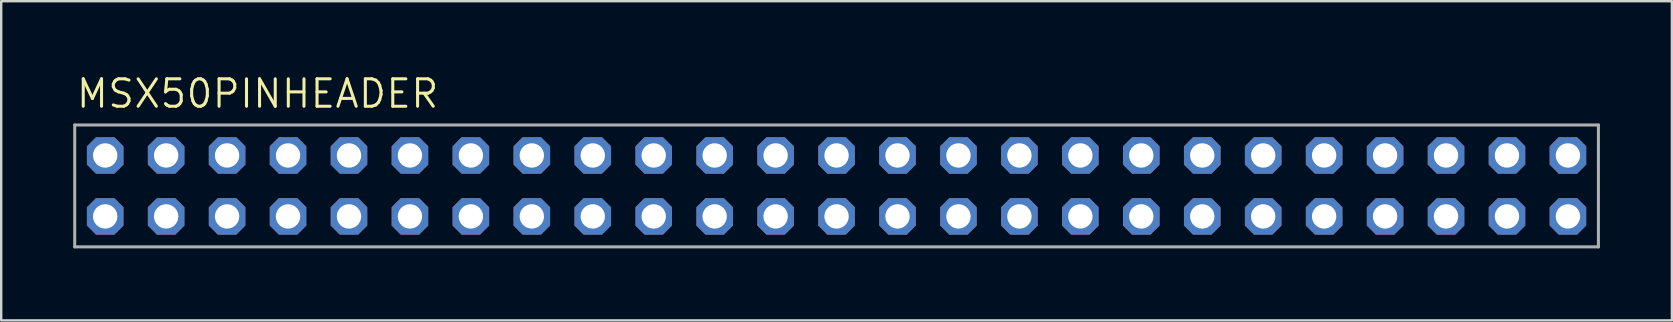
<source format=kicad_pcb>
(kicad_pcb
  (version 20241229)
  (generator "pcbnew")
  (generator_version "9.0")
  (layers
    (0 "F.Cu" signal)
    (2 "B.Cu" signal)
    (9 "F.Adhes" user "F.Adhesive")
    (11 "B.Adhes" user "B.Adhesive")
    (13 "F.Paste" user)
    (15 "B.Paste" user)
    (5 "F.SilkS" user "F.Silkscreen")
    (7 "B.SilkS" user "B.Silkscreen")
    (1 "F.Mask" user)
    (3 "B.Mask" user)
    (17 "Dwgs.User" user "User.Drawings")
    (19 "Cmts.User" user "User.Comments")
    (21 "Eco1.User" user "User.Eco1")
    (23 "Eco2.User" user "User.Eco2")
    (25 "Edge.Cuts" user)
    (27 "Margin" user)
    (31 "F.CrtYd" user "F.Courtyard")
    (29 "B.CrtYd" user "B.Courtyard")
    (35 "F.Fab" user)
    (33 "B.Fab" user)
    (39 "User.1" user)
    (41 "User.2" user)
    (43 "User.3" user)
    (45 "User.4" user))
  (footprint "MSX50PINHEADER"
    (layer "F.Cu")
    (at 36.894 4.699)
    (property "Reference" "MSX50PINHEADER" (at -36.83 -3.175 0) (layer "F.SilkS") (effects (font (size 1.143 1.143) (thickness 0.127)) (justify left bottom)))
    (fp_line (start -36.83 -2.54) (end -36.83 2.54) (stroke (width 0.127) (type solid)) (layer "F.Fab"))
    (fp_line (start -36.83 2.54) (end 26.67 2.54) (stroke (width 0.127) (type solid)) (layer "F.Fab"))
    (fp_line (start 26.67 -2.54) (end -36.83 -2.54) (stroke (width 0.127) (type solid)) (layer "F.Fab"))
    (fp_line (start 26.67 2.54) (end 26.67 -2.54) (stroke (width 0.127) (type solid)) (layer "F.Fab"))
    (pad "P1" thru_hole roundrect (at 25.4 -1.27) (size 1.524 1.524) (drill 1.016) (layers "*.Cu" "*.Mask") (roundrect_rratio 0.25) (chamfer_ratio 0.25) (chamfer top_left top_right bottom_left bottom_right))
    (pad "P2" thru_hole roundrect (at 25.4 1.27) (size 1.524 1.524) (drill 1.016) (layers "*.Cu" "*.Mask") (roundrect_rratio 0.25) (chamfer_ratio 0.25) (chamfer top_left top_right bottom_left bottom_right))
    (pad "P3" thru_hole roundrect (at 22.86 -1.27) (size 1.524 1.524) (drill 1.016) (layers "*.Cu" "*.Mask") (roundrect_rratio 0.25) (chamfer_ratio 0.25) (chamfer top_left top_right bottom_left bottom_right))
    (pad "P4" thru_hole roundrect (at 22.86 1.27) (size 1.524 1.524) (drill 1.016) (layers "*.Cu" "*.Mask") (roundrect_rratio 0.25) (chamfer_ratio 0.25) (chamfer top_left top_right bottom_left bottom_right))
    (pad "P5" thru_hole roundrect (at 20.32 -1.27) (size 1.524 1.524) (drill 1.016) (layers "*.Cu" "*.Mask") (roundrect_rratio 0.25) (chamfer_ratio 0.25) (chamfer top_left top_right bottom_left bottom_right))
    (pad "P6" thru_hole roundrect (at 20.32 1.27) (size 1.524 1.524) (drill 1.016) (layers "*.Cu" "*.Mask") (roundrect_rratio 0.25) (chamfer_ratio 0.25) (chamfer top_left top_right bottom_left bottom_right))
    (pad "P7" thru_hole roundrect (at 17.78 -1.27) (size 1.524 1.524) (drill 1.016) (layers "*.Cu" "*.Mask") (roundrect_rratio 0.25) (chamfer_ratio 0.25) (chamfer top_left top_right bottom_left bottom_right))
    (pad "P8" thru_hole roundrect (at 17.78 1.27) (size 1.524 1.524) (drill 1.016) (layers "*.Cu" "*.Mask") (roundrect_rratio 0.25) (chamfer_ratio 0.25) (chamfer top_left top_right bottom_left bottom_right))
    (pad "P9" thru_hole roundrect (at 15.24 -1.27) (size 1.524 1.524) (drill 1.016) (layers "*.Cu" "*.Mask") (roundrect_rratio 0.25) (chamfer_ratio 0.25) (chamfer top_left top_right bottom_left bottom_right))
    (pad "P10" thru_hole roundrect (at 15.24 1.27) (size 1.524 1.524) (drill 1.016) (layers "*.Cu" "*.Mask") (roundrect_rratio 0.25) (chamfer_ratio 0.25) (chamfer top_left top_right bottom_left bottom_right))
    (pad "P11" thru_hole roundrect (at 12.7 -1.27) (size 1.524 1.524) (drill 1.016) (layers "*.Cu" "*.Mask") (roundrect_rratio 0.25) (chamfer_ratio 0.25) (chamfer top_left top_right bottom_left bottom_right))
    (pad "P12" thru_hole roundrect (at 12.7 1.27) (size 1.524 1.524) (drill 1.016) (layers "*.Cu" "*.Mask") (roundrect_rratio 0.25) (chamfer_ratio 0.25) (chamfer top_left top_right bottom_left bottom_right))
    (pad "P13" thru_hole roundrect (at 10.16 -1.27) (size 1.524 1.524) (drill 1.016) (layers "*.Cu" "*.Mask") (roundrect_rratio 0.25) (chamfer_ratio 0.25) (chamfer top_left top_right bottom_left bottom_right))
    (pad "P14" thru_hole roundrect (at 10.16 1.27) (size 1.524 1.524) (drill 1.016) (layers "*.Cu" "*.Mask") (roundrect_rratio 0.25) (chamfer_ratio 0.25) (chamfer top_left top_right bottom_left bottom_right))
    (pad "P15" thru_hole roundrect (at 7.62 -1.27) (size 1.524 1.524) (drill 1.016) (layers "*.Cu" "*.Mask") (roundrect_rratio 0.25) (chamfer_ratio 0.25) (chamfer top_left top_right bottom_left bottom_right))
    (pad "P16" thru_hole roundrect (at 7.62 1.27) (size 1.524 1.524) (drill 1.016) (layers "*.Cu" "*.Mask") (roundrect_rratio 0.25) (chamfer_ratio 0.25) (chamfer top_left top_right bottom_left bottom_right))
    (pad "P17" thru_hole roundrect (at 5.08 -1.27) (size 1.524 1.524) (drill 1.016) (layers "*.Cu" "*.Mask") (roundrect_rratio 0.25) (chamfer_ratio 0.25) (chamfer top_left top_right bottom_left bottom_right))
    (pad "P18" thru_hole roundrect (at 5.08 1.27) (size 1.524 1.524) (drill 1.016) (layers "*.Cu" "*.Mask") (roundrect_rratio 0.25) (chamfer_ratio 0.25) (chamfer top_left top_right bottom_left bottom_right))
    (pad "P19" thru_hole roundrect (at 2.54 -1.27) (size 1.524 1.524) (drill 1.016) (layers "*.Cu" "*.Mask") (roundrect_rratio 0.25) (chamfer_ratio 0.25) (chamfer top_left top_right bottom_left bottom_right))
    (pad "P20" thru_hole roundrect (at 2.54 1.27) (size 1.524 1.524) (drill 1.016) (layers "*.Cu" "*.Mask") (roundrect_rratio 0.25) (chamfer_ratio 0.25) (chamfer top_left top_right bottom_left bottom_right))
    (pad "P21" thru_hole roundrect (at 0 -1.27) (size 1.524 1.524) (drill 1.016) (layers "*.Cu" "*.Mask") (roundrect_rratio 0.25) (chamfer_ratio 0.25) (chamfer top_left top_right bottom_left bottom_right))
    (pad "P22" thru_hole roundrect (at 0 1.27) (size 1.524 1.524) (drill 1.016) (layers "*.Cu" "*.Mask") (roundrect_rratio 0.25) (chamfer_ratio 0.25) (chamfer top_left top_right bottom_left bottom_right))
    (pad "P23" thru_hole roundrect (at -2.54 -1.27) (size 1.524 1.524) (drill 1.016) (layers "*.Cu" "*.Mask") (roundrect_rratio 0.25) (chamfer_ratio 0.25) (chamfer top_left top_right bottom_left bottom_right))
    (pad "P24" thru_hole roundrect (at -2.54 1.27) (size 1.524 1.524) (drill 1.016) (layers "*.Cu" "*.Mask") (roundrect_rratio 0.25) (chamfer_ratio 0.25) (chamfer top_left top_right bottom_left bottom_right))
    (pad "P25" thru_hole roundrect (at -5.08 -1.27) (size 1.524 1.524) (drill 1.016) (layers "*.Cu" "*.Mask") (roundrect_rratio 0.25) (chamfer_ratio 0.25) (chamfer top_left top_right bottom_left bottom_right))
    (pad "P26" thru_hole roundrect (at -5.08 1.27) (size 1.524 1.524) (drill 1.016) (layers "*.Cu" "*.Mask") (roundrect_rratio 0.25) (chamfer_ratio 0.25) (chamfer top_left top_right bottom_left bottom_right))
    (pad "P27" thru_hole roundrect (at -7.62 -1.27) (size 1.524 1.524) (drill 1.016) (layers "*.Cu" "*.Mask") (roundrect_rratio 0.25) (chamfer_ratio 0.25) (chamfer top_left top_right bottom_left bottom_right))
    (pad "P28" thru_hole roundrect (at -7.62 1.27) (size 1.524 1.524) (drill 1.016) (layers "*.Cu" "*.Mask") (roundrect_rratio 0.25) (chamfer_ratio 0.25) (chamfer top_left top_right bottom_left bottom_right))
    (pad "P29" thru_hole roundrect (at -10.16 -1.27) (size 1.524 1.524) (drill 1.016) (layers "*.Cu" "*.Mask") (roundrect_rratio 0.25) (chamfer_ratio 0.25) (chamfer top_left top_right bottom_left bottom_right))
    (pad "P30" thru_hole roundrect (at -10.16 1.27) (size 1.524 1.524) (drill 1.016) (layers "*.Cu" "*.Mask") (roundrect_rratio 0.25) (chamfer_ratio 0.25) (chamfer top_left top_right bottom_left bottom_right))
    (pad "P31" thru_hole roundrect (at -12.7 -1.27) (size 1.524 1.524) (drill 1.016) (layers "*.Cu" "*.Mask") (roundrect_rratio 0.25) (chamfer_ratio 0.25) (chamfer top_left top_right bottom_left bottom_right))
    (pad "P32" thru_hole roundrect (at -12.7 1.27) (size 1.524 1.524) (drill 1.016) (layers "*.Cu" "*.Mask") (roundrect_rratio 0.25) (chamfer_ratio 0.25) (chamfer top_left top_right bottom_left bottom_right))
    (pad "P33" thru_hole roundrect (at -15.24 -1.27) (size 1.524 1.524) (drill 1.016) (layers "*.Cu" "*.Mask") (roundrect_rratio 0.25) (chamfer_ratio 0.25) (chamfer top_left top_right bottom_left bottom_right))
    (pad "P34" thru_hole roundrect (at -15.24 1.27) (size 1.524 1.524) (drill 1.016) (layers "*.Cu" "*.Mask") (roundrect_rratio 0.25) (chamfer_ratio 0.25) (chamfer top_left top_right bottom_left bottom_right))
    (pad "P35" thru_hole roundrect (at -17.78 -1.27) (size 1.524 1.524) (drill 1.016) (layers "*.Cu" "*.Mask") (roundrect_rratio 0.25) (chamfer_ratio 0.25) (chamfer top_left top_right bottom_left bottom_right))
    (pad "P36" thru_hole roundrect (at -17.78 1.27) (size 1.524 1.524) (drill 1.016) (layers "*.Cu" "*.Mask") (roundrect_rratio 0.25) (chamfer_ratio 0.25) (chamfer top_left top_right bottom_left bottom_right))
    (pad "P37" thru_hole roundrect (at -20.32 -1.27) (size 1.524 1.524) (drill 1.016) (layers "*.Cu" "*.Mask") (roundrect_rratio 0.25) (chamfer_ratio 0.25) (chamfer top_left top_right bottom_left bottom_right))
    (pad "P38" thru_hole roundrect (at -20.32 1.27) (size 1.524 1.524) (drill 1.016) (layers "*.Cu" "*.Mask") (roundrect_rratio 0.25) (chamfer_ratio 0.25) (chamfer top_left top_right bottom_left bottom_right))
    (pad "P39" thru_hole roundrect (at -22.86 -1.27) (size 1.524 1.524) (drill 1.016) (layers "*.Cu" "*.Mask") (roundrect_rratio 0.25) (chamfer_ratio 0.25) (chamfer top_left top_right bottom_left bottom_right))
    (pad "P40" thru_hole roundrect (at -22.86 1.27) (size 1.524 1.524) (drill 1.016) (layers "*.Cu" "*.Mask") (roundrect_rratio 0.25) (chamfer_ratio 0.25) (chamfer top_left top_right bottom_left bottom_right))
    (pad "P41" thru_hole roundrect (at -25.4 -1.27) (size 1.524 1.524) (drill 1.016) (layers "*.Cu" "*.Mask") (roundrect_rratio 0.25) (chamfer_ratio 0.25) (chamfer top_left top_right bottom_left bottom_right))
    (pad "P42" thru_hole roundrect (at -25.4 1.27) (size 1.524 1.524) (drill 1.016) (layers "*.Cu" "*.Mask") (roundrect_rratio 0.25) (chamfer_ratio 0.25) (chamfer top_left top_right bottom_left bottom_right))
    (pad "P43" thru_hole roundrect (at -27.94 -1.27) (size 1.524 1.524) (drill 1.016) (layers "*.Cu" "*.Mask") (roundrect_rratio 0.25) (chamfer_ratio 0.25) (chamfer top_left top_right bottom_left bottom_right))
    (pad "P44" thru_hole roundrect (at -27.94 1.27) (size 1.524 1.524) (drill 1.016) (layers "*.Cu" "*.Mask") (roundrect_rratio 0.25) (chamfer_ratio 0.25) (chamfer top_left top_right bottom_left bottom_right))
    (pad "P45" thru_hole roundrect (at -30.48 -1.27) (size 1.524 1.524) (drill 1.016) (layers "*.Cu" "*.Mask") (roundrect_rratio 0.25) (chamfer_ratio 0.25) (chamfer top_left top_right bottom_left bottom_right))
    (pad "P46" thru_hole roundrect (at -30.48 1.27) (size 1.524 1.524) (drill 1.016) (layers "*.Cu" "*.Mask") (roundrect_rratio 0.25) (chamfer_ratio 0.25) (chamfer top_left top_right bottom_left bottom_right))
    (pad "P47" thru_hole roundrect (at -33.02 -1.27) (size 1.524 1.524) (drill 1.016) (layers "*.Cu" "*.Mask") (roundrect_rratio 0.25) (chamfer_ratio 0.25) (chamfer top_left top_right bottom_left bottom_right))
    (pad "P48" thru_hole roundrect (at -33.02 1.27) (size 1.524 1.524) (drill 1.016) (layers "*.Cu" "*.Mask") (roundrect_rratio 0.25) (chamfer_ratio 0.25) (chamfer top_left top_right bottom_left bottom_right))
    (pad "P49" thru_hole roundrect (at -35.56 -1.27) (size 1.524 1.524) (drill 1.016) (layers "*.Cu" "*.Mask") (roundrect_rratio 0.25) (chamfer_ratio 0.25) (chamfer top_left top_right bottom_left bottom_right))
    (pad "P50" thru_hole roundrect (at -35.56 1.27) (size 1.524 1.524) (drill 1.016) (layers "*.Cu" "*.Mask") (roundrect_rratio 0.25) (chamfer_ratio 0.25) (chamfer top_left top_right bottom_left bottom_right)))
  (gr_rect
    (start -3 -3)
    (end 66.627 10.303)
    (stroke (width 0.1) (type default))
    (fill no)
    (layer "Edge.Cuts")))
</source>
